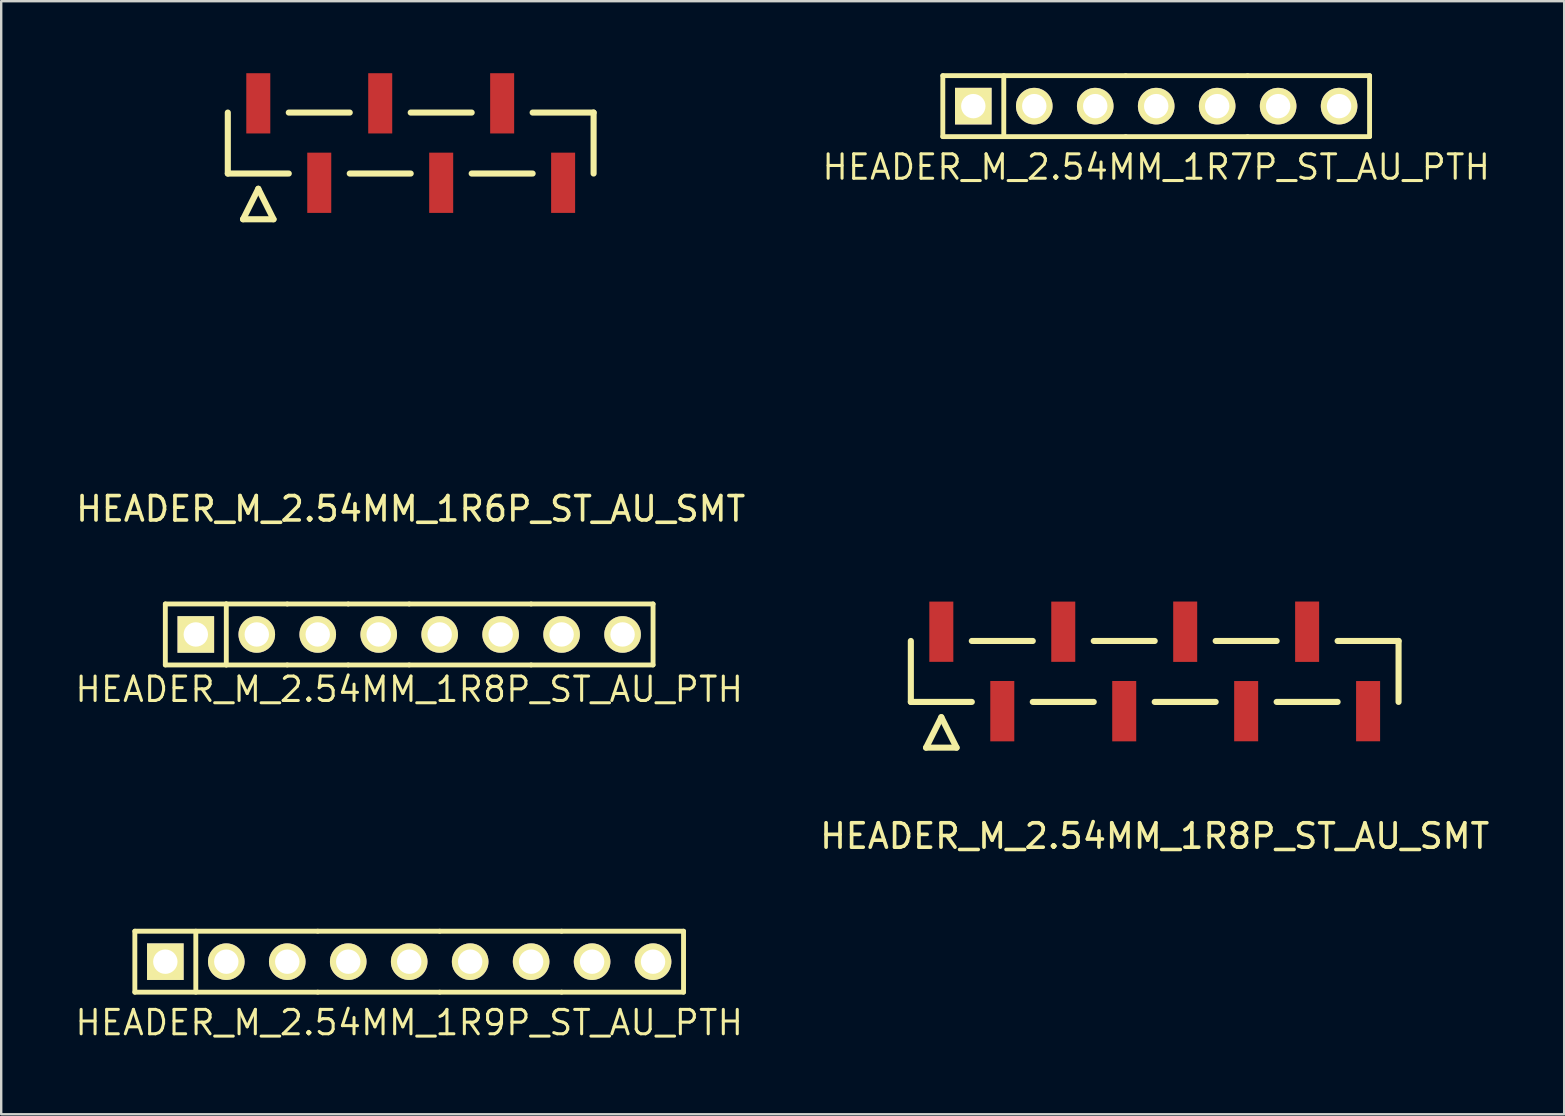
<source format=kicad_pcb>
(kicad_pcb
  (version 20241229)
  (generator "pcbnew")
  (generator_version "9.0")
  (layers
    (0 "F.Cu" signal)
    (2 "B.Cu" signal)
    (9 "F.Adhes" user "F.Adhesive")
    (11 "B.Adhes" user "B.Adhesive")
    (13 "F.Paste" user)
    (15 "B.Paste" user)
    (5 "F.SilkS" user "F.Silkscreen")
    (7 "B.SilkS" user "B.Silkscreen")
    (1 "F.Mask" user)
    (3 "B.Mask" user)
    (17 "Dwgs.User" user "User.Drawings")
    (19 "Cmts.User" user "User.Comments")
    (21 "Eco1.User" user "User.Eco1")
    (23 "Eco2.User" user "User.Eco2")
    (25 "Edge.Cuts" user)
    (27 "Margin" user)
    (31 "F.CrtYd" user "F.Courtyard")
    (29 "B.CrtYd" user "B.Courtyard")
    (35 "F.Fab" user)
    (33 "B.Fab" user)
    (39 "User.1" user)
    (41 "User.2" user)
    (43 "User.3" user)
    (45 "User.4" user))
  (footprint "HEADER_M_2.54MM_1R6P_ST_AU_SMT"
    (layer "F.Cu")
    (at 14.061 2.91)
    (property "Reference" "HEADER_M_2.54MM_1R6P_ST_AU_SMT" (at 0 15.24 0) (layer "F.SilkS") (effects (font (size 1.016 1.016) (thickness 0.152))))
    (attr through_hole)
    (fp_line (start -7.62 -1.27) (end -7.62 1.27) (stroke (width 0.254) (type solid)) (layer "F.SilkS"))
    (fp_line (start -7.62 1.27) (end -5.08 1.27) (stroke (width 0.254) (type solid)) (layer "F.SilkS"))
    (fp_line (start -6.985 3.175) (end -6.35 1.905) (stroke (width 0.254) (type solid)) (layer "F.SilkS"))
    (fp_line (start -6.35 1.905) (end -5.715 3.175) (stroke (width 0.254) (type solid)) (layer "F.SilkS"))
    (fp_line (start -5.715 3.175) (end -6.985 3.175) (stroke (width 0.254) (type solid)) (layer "F.SilkS"))
    (fp_line (start -2.54 -1.27) (end -5.08 -1.27) (stroke (width 0.254) (type solid)) (layer "F.SilkS"))
    (fp_line (start -2.54 1.27) (end 0 1.27) (stroke (width 0.254) (type solid)) (layer "F.SilkS"))
    (fp_line (start 2.54 -1.27) (end 0 -1.27) (stroke (width 0.254) (type solid)) (layer "F.SilkS"))
    (fp_line (start 2.54 1.27) (end 5.08 1.27) (stroke (width 0.254) (type solid)) (layer "F.SilkS"))
    (fp_line (start 7.62 -1.27) (end 5.08 -1.27) (stroke (width 0.254) (type solid)) (layer "F.SilkS"))
    (fp_line (start 7.62 1.27) (end 7.62 -1.27) (stroke (width 0.254) (type solid)) (layer "F.SilkS"))
    (pad "1" smd rect (at -6.35 -1.655 180) (size 1 2.51) (layers "F.Cu" "F.Mask" "F.Paste"))
    (pad "2" smd rect (at -3.81 1.655 180) (size 1 2.51) (layers "F.Cu" "F.Mask" "F.Paste"))
    (pad "3" smd rect (at -1.27 -1.655 180) (size 1 2.51) (layers "F.Cu" "F.Mask" "F.Paste"))
    (pad "4" smd rect (at 1.27 1.655 180) (size 1 2.51) (layers "F.Cu" "F.Mask" "F.Paste"))
    (pad "5" smd rect (at 3.81 -1.655 180) (size 1 2.51) (layers "F.Cu" "F.Mask" "F.Paste"))
    (pad "6" smd rect (at 6.35 1.655 180) (size 1 2.51) (layers "F.Cu" "F.Mask" "F.Paste")))
  (footprint "HEADER_M_2.54MM_1R7P_ST_AU_PTH"
    (layer "F.Cu")
    (at 45.12 1.372)
    (property "Reference" "HEADER_M_2.54MM_1R7P_ST_AU_PTH" (at 0 2.54 0) (layer "F.SilkS") (effects (font (size 1.016 1.016) (thickness 0.127))))
    (attr through_hole)
    (fp_line (start -8.89 -1.27) (end -8.89 1.27) (stroke (width 0.203) (type solid)) (layer "F.SilkS"))
    (fp_line (start -8.89 1.27) (end -1.27 1.27) (stroke (width 0.203) (type solid)) (layer "F.SilkS"))
    (fp_line (start -6.35 -1.27) (end -6.35 1.27) (stroke (width 0.203) (type solid)) (layer "F.SilkS"))
    (fp_line (start -1.27 -1.27) (end -8.89 -1.27) (stroke (width 0.203) (type solid)) (layer "F.SilkS"))
    (fp_line (start -1.27 -1.27) (end 3.81 -1.27) (stroke (width 0.203) (type solid)) (layer "F.SilkS"))
    (fp_line (start -1.27 1.27) (end 3.81 1.27) (stroke (width 0.203) (type solid)) (layer "F.SilkS"))
    (fp_line (start 3.81 -1.27) (end 8.89 -1.27) (stroke (width 0.203) (type solid)) (layer "F.SilkS"))
    (fp_line (start 3.81 1.27) (end 8.89 1.27) (stroke (width 0.203) (type solid)) (layer "F.SilkS"))
    (fp_line (start 8.89 1.27) (end 8.89 -1.27) (stroke (width 0.203) (type solid)) (layer "F.SilkS"))
    (pad "1" thru_hole rect (at -7.62 0) (size 1.524 1.524) (drill 1.016) (layers "*.Cu" "*.Mask" "F.SilkS"))
    (pad "2" thru_hole circle (at -5.08 0) (size 1.524 1.524) (drill 1.016) (layers "*.Cu" "*.Mask" "F.SilkS"))
    (pad "3" thru_hole circle (at -2.54 0) (size 1.524 1.524) (drill 1.016) (layers "*.Cu" "*.Mask" "F.SilkS"))
    (pad "4" thru_hole circle (at 0 0) (size 1.524 1.524) (drill 1.016) (layers "*.Cu" "*.Mask" "F.SilkS"))
    (pad "5" thru_hole circle (at 2.54 0) (size 1.524 1.524) (drill 1.016) (layers "*.Cu" "*.Mask" "F.SilkS"))
    (pad "6" thru_hole circle (at 5.08 0) (size 1.524 1.524) (drill 1.016) (layers "*.Cu" "*.Mask" "F.SilkS"))
    (pad "7" thru_hole circle (at 7.62 0) (size 1.524 1.524) (drill 1.016) (layers "*.Cu" "*.Mask" "F.SilkS")))
  (footprint "HEADER_M_2.54MM_1R8P_ST_AU_PTH"
    (layer "F.Cu")
    (at 13.998 23.383)
    (property "Reference" "HEADER_M_2.54MM_1R8P_ST_AU_PTH" (at 0 2.286 0) (layer "F.SilkS") (effects (font (size 1.016 1.016) (thickness 0.127))))
    (attr through_hole)
    (fp_line (start -10.16 -1.27) (end -7.62 -1.27) (stroke (width 0.203) (type solid)) (layer "F.SilkS"))
    (fp_line (start -10.16 1.27) (end -10.16 -1.27) (stroke (width 0.203) (type solid)) (layer "F.SilkS"))
    (fp_line (start -10.16 1.27) (end -7.62 1.27) (stroke (width 0.203) (type solid)) (layer "F.SilkS"))
    (fp_line (start -7.62 -1.27) (end -7.62 1.27) (stroke (width 0.203) (type solid)) (layer "F.SilkS"))
    (fp_line (start -7.62 -1.27) (end -5.08 -1.27) (stroke (width 0.203) (type solid)) (layer "F.SilkS"))
    (fp_line (start -7.62 1.27) (end -5.08 1.27) (stroke (width 0.203) (type solid)) (layer "F.SilkS"))
    (fp_line (start -5.08 -1.27) (end -2.54 -1.27) (stroke (width 0.203) (type solid)) (layer "F.SilkS"))
    (fp_line (start -5.08 1.27) (end -2.54 1.27) (stroke (width 0.203) (type solid)) (layer "F.SilkS"))
    (fp_line (start -2.54 -1.27) (end 0 -1.27) (stroke (width 0.203) (type solid)) (layer "F.SilkS"))
    (fp_line (start -2.54 1.27) (end 0 1.27) (stroke (width 0.203) (type solid)) (layer "F.SilkS"))
    (fp_line (start 0 -1.27) (end 5.08 -1.27) (stroke (width 0.203) (type solid)) (layer "F.SilkS"))
    (fp_line (start 0 1.27) (end 5.08 1.27) (stroke (width 0.203) (type solid)) (layer "F.SilkS"))
    (fp_line (start 5.08 -1.27) (end 10.16 -1.27) (stroke (width 0.203) (type solid)) (layer "F.SilkS"))
    (fp_line (start 5.08 1.27) (end 10.16 1.27) (stroke (width 0.203) (type solid)) (layer "F.SilkS"))
    (fp_line (start 10.16 -1.27) (end 10.16 1.27) (stroke (width 0.203) (type solid)) (layer "F.SilkS"))
    (pad "1" thru_hole rect (at -8.89 0) (size 1.524 1.524) (drill 1.016) (layers "*.Cu" "*.Mask" "F.SilkS"))
    (pad "2" thru_hole circle (at -6.35 0) (size 1.524 1.524) (drill 1.016) (layers "*.Cu" "*.Mask" "F.SilkS"))
    (pad "3" thru_hole circle (at -3.81 0) (size 1.524 1.524) (drill 1.016) (layers "*.Cu" "*.Mask" "F.SilkS"))
    (pad "4" thru_hole circle (at -1.27 0) (size 1.524 1.524) (drill 1.016) (layers "*.Cu" "*.Mask" "F.SilkS"))
    (pad "5" thru_hole circle (at 1.27 0) (size 1.524 1.524) (drill 1.016) (layers "*.Cu" "*.Mask" "F.SilkS"))
    (pad "6" thru_hole circle (at 3.81 0) (size 1.524 1.524) (drill 1.016) (layers "*.Cu" "*.Mask" "F.SilkS"))
    (pad "7" thru_hole circle (at 6.35 0) (size 1.524 1.524) (drill 1.016) (layers "*.Cu" "*.Mask" "F.SilkS"))
    (pad "8" thru_hole circle (at 8.89 0) (size 1.524 1.524) (drill 1.016) (layers "*.Cu" "*.Mask" "F.SilkS")))
  (footprint "HEADER_M_2.54MM_1R9P_ST_AU_PTH"
    (layer "F.Cu")
    (at 13.998 37.016)
    (property "Reference" "HEADER_M_2.54MM_1R9P_ST_AU_PTH" (at 0 2.54 0) (layer "F.SilkS") (effects (font (size 1.016 1.016) (thickness 0.127))))
    (attr through_hole)
    (fp_line (start -11.43 -1.27) (end -11.43 1.27) (stroke (width 0.203) (type solid)) (layer "F.SilkS"))
    (fp_line (start -11.43 1.27) (end -3.81 1.27) (stroke (width 0.203) (type solid)) (layer "F.SilkS"))
    (fp_line (start -8.89 -1.27) (end -8.89 1.27) (stroke (width 0.203) (type solid)) (layer "F.SilkS"))
    (fp_line (start -3.81 -1.27) (end -11.43 -1.27) (stroke (width 0.203) (type solid)) (layer "F.SilkS"))
    (fp_line (start -3.81 -1.27) (end 1.27 -1.27) (stroke (width 0.203) (type solid)) (layer "F.SilkS"))
    (fp_line (start -3.81 1.27) (end 1.27 1.27) (stroke (width 0.203) (type solid)) (layer "F.SilkS"))
    (fp_line (start 1.27 -1.27) (end 6.35 -1.27) (stroke (width 0.203) (type solid)) (layer "F.SilkS"))
    (fp_line (start 1.27 1.27) (end 6.35 1.27) (stroke (width 0.203) (type solid)) (layer "F.SilkS"))
    (fp_line (start 6.35 -1.27) (end 11.43 -1.27) (stroke (width 0.203) (type solid)) (layer "F.SilkS"))
    (fp_line (start 6.35 1.27) (end 11.43 1.27) (stroke (width 0.203) (type solid)) (layer "F.SilkS"))
    (fp_line (start 11.43 1.27) (end 11.43 -1.27) (stroke (width 0.203) (type solid)) (layer "F.SilkS"))
    (pad "1" thru_hole rect (at -10.16 0) (size 1.524 1.524) (drill 1.016) (layers "*.Cu" "*.Mask" "F.SilkS"))
    (pad "2" thru_hole circle (at -7.62 0) (size 1.524 1.524) (drill 1.016) (layers "*.Cu" "*.Mask" "F.SilkS"))
    (pad "3" thru_hole circle (at -5.08 0) (size 1.524 1.524) (drill 1.016) (layers "*.Cu" "*.Mask" "F.SilkS"))
    (pad "4" thru_hole circle (at -2.54 0) (size 1.524 1.524) (drill 1.016) (layers "*.Cu" "*.Mask" "F.SilkS"))
    (pad "5" thru_hole circle (at 0 0) (size 1.524 1.524) (drill 1.016) (layers "*.Cu" "*.Mask" "F.SilkS"))
    (pad "6" thru_hole circle (at 2.54 0) (size 1.524 1.524) (drill 1.016) (layers "*.Cu" "*.Mask" "F.SilkS"))
    (pad "7" thru_hole circle (at 5.08 0) (size 1.524 1.524) (drill 1.016) (layers "*.Cu" "*.Mask" "F.SilkS"))
    (pad "8" thru_hole circle (at 7.62 0) (size 1.524 1.524) (drill 1.016) (layers "*.Cu" "*.Mask" "F.SilkS"))
    (pad "9" thru_hole circle (at 10.16 0) (size 1.524 1.524) (drill 1.016) (layers "*.Cu" "*.Mask" "F.SilkS")))
  (footprint "HEADER_M_2.54MM_1R8P_ST_AU_SMT"
    (layer "F.Cu")
    (at 45.058 24.924)
    (property "Reference" "HEADER_M_2.54MM_1R8P_ST_AU_SMT" (at 0 6.858 180) (layer "F.SilkS") (effects (font (size 1.016 1.016) (thickness 0.152))))
    (attr through_hole)
    (fp_line (start -10.16 -1.27) (end -10.16 1.27) (stroke (width 0.254) (type solid)) (layer "F.SilkS"))
    (fp_line (start -10.16 1.27) (end -7.62 1.27) (stroke (width 0.254) (type solid)) (layer "F.SilkS"))
    (fp_line (start -9.525 3.175) (end -8.89 1.905) (stroke (width 0.254) (type solid)) (layer "F.SilkS"))
    (fp_line (start -8.89 1.905) (end -8.255 3.175) (stroke (width 0.254) (type solid)) (layer "F.SilkS"))
    (fp_line (start -8.255 3.175) (end -9.525 3.175) (stroke (width 0.254) (type solid)) (layer "F.SilkS"))
    (fp_line (start -5.08 -1.27) (end -7.62 -1.27) (stroke (width 0.254) (type solid)) (layer "F.SilkS"))
    (fp_line (start -5.08 1.27) (end -2.54 1.27) (stroke (width 0.254) (type solid)) (layer "F.SilkS"))
    (fp_line (start 0 -1.27) (end -2.54 -1.27) (stroke (width 0.254) (type solid)) (layer "F.SilkS"))
    (fp_line (start 0 1.27) (end 2.54 1.27) (stroke (width 0.254) (type solid)) (layer "F.SilkS"))
    (fp_line (start 5.08 -1.27) (end 2.54 -1.27) (stroke (width 0.254) (type solid)) (layer "F.SilkS"))
    (fp_line (start 5.08 1.27) (end 7.62 1.27) (stroke (width 0.254) (type solid)) (layer "F.SilkS"))
    (fp_line (start 10.16 -1.27) (end 7.62 -1.27) (stroke (width 0.254) (type solid)) (layer "F.SilkS"))
    (fp_line (start 10.16 1.27) (end 10.16 -1.27) (stroke (width 0.254) (type solid)) (layer "F.SilkS"))
    (pad "1" smd rect (at -8.89 -1.655 180) (size 1 2.51) (layers "F.Cu" "F.Mask" "F.Paste"))
    (pad "2" smd rect (at -6.35 1.655 180) (size 1 2.515) (layers "F.Cu" "F.Mask" "F.Paste"))
    (pad "3" smd rect (at -3.81 -1.655 180) (size 1 2.51) (layers "F.Cu" "F.Mask" "F.Paste"))
    (pad "4" smd rect (at -1.27 1.655 180) (size 1 2.515) (layers "F.Cu" "F.Mask" "F.Paste"))
    (pad "5" smd rect (at 1.27 -1.655 180) (size 1 2.515) (layers "F.Cu" "F.Mask" "F.Paste"))
    (pad "6" smd rect (at 3.81 1.655 180) (size 1 2.51) (layers "F.Cu" "F.Mask" "F.Paste"))
    (pad "7" smd rect (at 6.35 -1.655 180) (size 1 2.515) (layers "F.Cu" "F.Mask" "F.Paste"))
    (pad "8" smd rect (at 8.89 1.655 180) (size 1 2.51) (layers "F.Cu" "F.Mask" "F.Paste")))
  (gr_rect
    (start -3 -3)
    (end 62.118 43.373)
    (stroke (width 0.1) (type default))
    (fill no)
    (layer "Edge.Cuts")))
</source>
